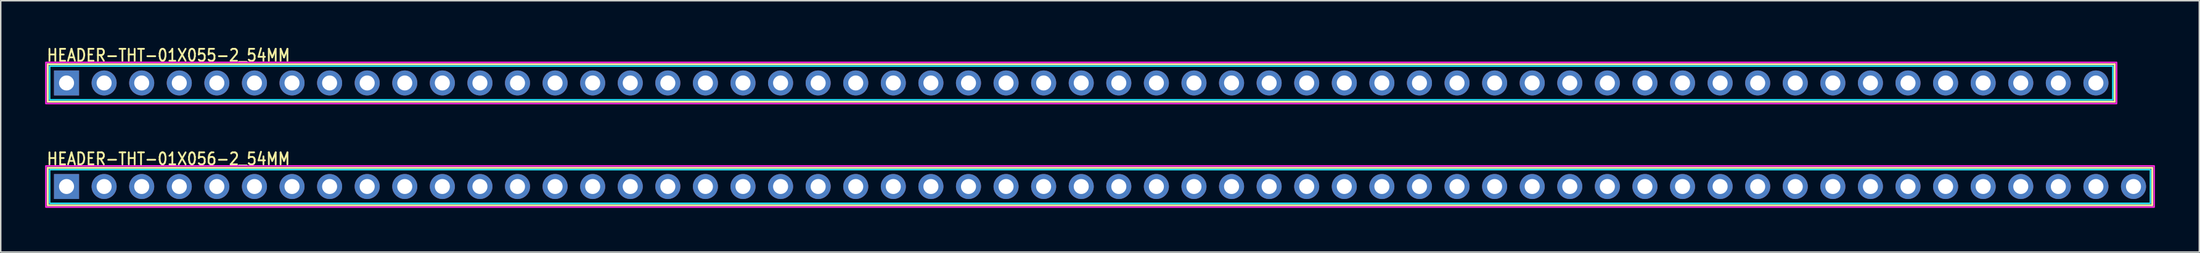
<source format=kicad_pcb>
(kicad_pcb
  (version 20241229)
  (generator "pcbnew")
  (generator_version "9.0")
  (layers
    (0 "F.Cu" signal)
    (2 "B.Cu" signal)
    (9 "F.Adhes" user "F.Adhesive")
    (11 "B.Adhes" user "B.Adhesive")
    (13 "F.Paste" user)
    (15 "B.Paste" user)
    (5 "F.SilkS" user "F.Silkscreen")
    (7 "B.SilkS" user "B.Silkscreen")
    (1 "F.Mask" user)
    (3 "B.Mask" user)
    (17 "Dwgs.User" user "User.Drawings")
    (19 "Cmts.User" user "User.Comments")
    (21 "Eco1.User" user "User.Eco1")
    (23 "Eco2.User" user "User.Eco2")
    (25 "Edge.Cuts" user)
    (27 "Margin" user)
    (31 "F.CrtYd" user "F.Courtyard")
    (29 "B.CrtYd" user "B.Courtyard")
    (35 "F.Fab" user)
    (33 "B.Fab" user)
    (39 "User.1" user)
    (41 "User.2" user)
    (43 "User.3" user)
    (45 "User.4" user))
  (footprint "HEADER-THT-01X056-2_54MM"
    (layer "F.Cu")
    (at 1.447 9.604)
    (property "Reference" "HEADER-THT-01X056-2_54MM" (at -1.4 -1.4 0) (unlocked yes) (layer "F.SilkS") (effects (font (size 0.813 0.695) (thickness 0.122)) (justify left bottom)))
    (fp_line (start -1.27 -1.27) (end -1.27 1.27) (stroke (width 0.127) (type solid)) (layer "F.SilkS"))
    (fp_line (start -1.27 1.27) (end 140.97 1.27) (stroke (width 0.127) (type solid)) (layer "F.SilkS"))
    (fp_line (start 140.97 -1.27) (end -1.27 -1.27) (stroke (width 0.127) (type solid)) (layer "F.SilkS"))
    (fp_line (start 140.97 1.27) (end 140.97 -1.27) (stroke (width 0.127) (type solid)) (layer "F.SilkS"))
    (fp_poly (pts (xy -1.143 -1.143) (xy 140.843 -1.143) (xy 140.843 1.143) (xy -1.143 1.143)) (stroke (width 0.1) (type solid)) (fill no) (layer "B.CrtYd"))
    (fp_poly (pts (xy -1.397 -1.397) (xy 141.097 -1.397) (xy 141.097 1.397) (xy -1.397 1.397)) (stroke (width 0.1) (type solid)) (fill no) (layer "F.CrtYd"))
    (pad "P$1" thru_hole rect (at 0 0) (size 1.693 1.693) (drill 1.016) (layers "*.Cu" "*.Mask"))
    (pad "P$2" thru_hole oval (at 2.54 0) (size 1.693 1.693) (drill 1.016) (layers "*.Cu" "*.Mask"))
    (pad "P$3" thru_hole oval (at 5.08 0) (size 1.693 1.693) (drill 1.016) (layers "*.Cu" "*.Mask"))
    (pad "P$4" thru_hole oval (at 7.62 0) (size 1.693 1.693) (drill 1.016) (layers "*.Cu" "*.Mask"))
    (pad "P$5" thru_hole oval (at 10.16 0) (size 1.693 1.693) (drill 1.016) (layers "*.Cu" "*.Mask"))
    (pad "P$6" thru_hole oval (at 12.7 0) (size 1.693 1.693) (drill 1.016) (layers "*.Cu" "*.Mask"))
    (pad "P$7" thru_hole oval (at 15.24 0) (size 1.693 1.693) (drill 1.016) (layers "*.Cu" "*.Mask"))
    (pad "P$8" thru_hole oval (at 17.78 0) (size 1.693 1.693) (drill 1.016) (layers "*.Cu" "*.Mask"))
    (pad "P$9" thru_hole oval (at 20.32 0) (size 1.693 1.693) (drill 1.016) (layers "*.Cu" "*.Mask"))
    (pad "P$10" thru_hole oval (at 22.86 0) (size 1.693 1.693) (drill 1.016) (layers "*.Cu" "*.Mask"))
    (pad "P$11" thru_hole oval (at 25.4 0) (size 1.693 1.693) (drill 1.016) (layers "*.Cu" "*.Mask"))
    (pad "P$12" thru_hole oval (at 27.94 0) (size 1.693 1.693) (drill 1.016) (layers "*.Cu" "*.Mask"))
    (pad "P$13" thru_hole oval (at 30.48 0) (size 1.693 1.693) (drill 1.016) (layers "*.Cu" "*.Mask"))
    (pad "P$14" thru_hole oval (at 33.02 0) (size 1.693 1.693) (drill 1.016) (layers "*.Cu" "*.Mask"))
    (pad "P$15" thru_hole oval (at 35.56 0) (size 1.693 1.693) (drill 1.016) (layers "*.Cu" "*.Mask"))
    (pad "P$16" thru_hole oval (at 38.1 0) (size 1.693 1.693) (drill 1.016) (layers "*.Cu" "*.Mask"))
    (pad "P$17" thru_hole oval (at 40.64 0) (size 1.693 1.693) (drill 1.016) (layers "*.Cu" "*.Mask"))
    (pad "P$18" thru_hole oval (at 43.18 0) (size 1.693 1.693) (drill 1.016) (layers "*.Cu" "*.Mask"))
    (pad "P$19" thru_hole oval (at 45.72 0) (size 1.693 1.693) (drill 1.016) (layers "*.Cu" "*.Mask"))
    (pad "P$20" thru_hole oval (at 48.26 0) (size 1.693 1.693) (drill 1.016) (layers "*.Cu" "*.Mask"))
    (pad "P$21" thru_hole oval (at 50.8 0) (size 1.693 1.693) (drill 1.016) (layers "*.Cu" "*.Mask"))
    (pad "P$22" thru_hole oval (at 53.34 0) (size 1.693 1.693) (drill 1.016) (layers "*.Cu" "*.Mask"))
    (pad "P$23" thru_hole oval (at 55.88 0) (size 1.693 1.693) (drill 1.016) (layers "*.Cu" "*.Mask"))
    (pad "P$24" thru_hole oval (at 58.42 0) (size 1.693 1.693) (drill 1.016) (layers "*.Cu" "*.Mask"))
    (pad "P$25" thru_hole oval (at 60.96 0) (size 1.693 1.693) (drill 1.016) (layers "*.Cu" "*.Mask"))
    (pad "P$26" thru_hole oval (at 63.5 0) (size 1.693 1.693) (drill 1.016) (layers "*.Cu" "*.Mask"))
    (pad "P$27" thru_hole oval (at 66.04 0) (size 1.693 1.693) (drill 1.016) (layers "*.Cu" "*.Mask"))
    (pad "P$28" thru_hole oval (at 68.58 0) (size 1.693 1.693) (drill 1.016) (layers "*.Cu" "*.Mask"))
    (pad "P$29" thru_hole oval (at 71.12 0) (size 1.693 1.693) (drill 1.016) (layers "*.Cu" "*.Mask"))
    (pad "P$30" thru_hole oval (at 73.66 0) (size 1.693 1.693) (drill 1.016) (layers "*.Cu" "*.Mask"))
    (pad "P$31" thru_hole oval (at 76.2 0) (size 1.693 1.693) (drill 1.016) (layers "*.Cu" "*.Mask"))
    (pad "P$32" thru_hole oval (at 78.74 0) (size 1.693 1.693) (drill 1.016) (layers "*.Cu" "*.Mask"))
    (pad "P$33" thru_hole oval (at 81.28 0) (size 1.693 1.693) (drill 1.016) (layers "*.Cu" "*.Mask"))
    (pad "P$34" thru_hole oval (at 83.82 0) (size 1.693 1.693) (drill 1.016) (layers "*.Cu" "*.Mask"))
    (pad "P$35" thru_hole oval (at 86.36 0) (size 1.693 1.693) (drill 1.016) (layers "*.Cu" "*.Mask"))
    (pad "P$36" thru_hole oval (at 88.9 0) (size 1.693 1.693) (drill 1.016) (layers "*.Cu" "*.Mask"))
    (pad "P$37" thru_hole oval (at 91.44 0) (size 1.693 1.693) (drill 1.016) (layers "*.Cu" "*.Mask"))
    (pad "P$38" thru_hole oval (at 93.98 0) (size 1.693 1.693) (drill 1.016) (layers "*.Cu" "*.Mask"))
    (pad "P$39" thru_hole oval (at 96.52 0) (size 1.693 1.693) (drill 1.016) (layers "*.Cu" "*.Mask"))
    (pad "P$40" thru_hole oval (at 99.06 0) (size 1.693 1.693) (drill 1.016) (layers "*.Cu" "*.Mask"))
    (pad "P$41" thru_hole oval (at 101.6 0) (size 1.693 1.693) (drill 1.016) (layers "*.Cu" "*.Mask"))
    (pad "P$42" thru_hole oval (at 104.14 0) (size 1.693 1.693) (drill 1.016) (layers "*.Cu" "*.Mask"))
    (pad "P$43" thru_hole oval (at 106.68 0) (size 1.693 1.693) (drill 1.016) (layers "*.Cu" "*.Mask"))
    (pad "P$44" thru_hole oval (at 109.22 0) (size 1.693 1.693) (drill 1.016) (layers "*.Cu" "*.Mask"))
    (pad "P$45" thru_hole oval (at 111.76 0) (size 1.693 1.693) (drill 1.016) (layers "*.Cu" "*.Mask"))
    (pad "P$46" thru_hole oval (at 114.3 0) (size 1.693 1.693) (drill 1.016) (layers "*.Cu" "*.Mask"))
    (pad "P$47" thru_hole oval (at 116.84 0) (size 1.693 1.693) (drill 1.016) (layers "*.Cu" "*.Mask"))
    (pad "P$48" thru_hole oval (at 119.38 0) (size 1.693 1.693) (drill 1.016) (layers "*.Cu" "*.Mask"))
    (pad "P$49" thru_hole oval (at 121.92 0) (size 1.693 1.693) (drill 1.016) (layers "*.Cu" "*.Mask"))
    (pad "P$50" thru_hole oval (at 124.46 0) (size 1.693 1.693) (drill 1.016) (layers "*.Cu" "*.Mask"))
    (pad "P$51" thru_hole oval (at 127 0) (size 1.693 1.693) (drill 1.016) (layers "*.Cu" "*.Mask"))
    (pad "P$52" thru_hole oval (at 129.54 0) (size 1.693 1.693) (drill 1.016) (layers "*.Cu" "*.Mask"))
    (pad "P$53" thru_hole oval (at 132.08 0) (size 1.693 1.693) (drill 1.016) (layers "*.Cu" "*.Mask"))
    (pad "P$54" thru_hole oval (at 134.62 0) (size 1.693 1.693) (drill 1.016) (layers "*.Cu" "*.Mask"))
    (pad "P$55" thru_hole oval (at 137.16 0) (size 1.693 1.693) (drill 1.016) (layers "*.Cu" "*.Mask"))
    (pad "P$56" thru_hole oval (at 139.7 0) (size 1.693 1.693) (drill 1.016) (layers "*.Cu" "*.Mask")))
  (footprint "HEADER-THT-01X055-2_54MM"
    (layer "F.Cu")
    (at 1.447 2.579)
    (property "Reference" "HEADER-THT-01X055-2_54MM" (at -1.4 -1.4 0) (unlocked yes) (layer "F.SilkS") (effects (font (size 0.813 0.695) (thickness 0.122)) (justify left bottom)))
    (fp_line (start -1.27 -1.27) (end -1.27 1.27) (stroke (width 0.127) (type solid)) (layer "F.SilkS"))
    (fp_line (start -1.27 1.27) (end 138.43 1.27) (stroke (width 0.127) (type solid)) (layer "F.SilkS"))
    (fp_line (start 138.43 -1.27) (end -1.27 -1.27) (stroke (width 0.127) (type solid)) (layer "F.SilkS"))
    (fp_line (start 138.43 1.27) (end 138.43 -1.27) (stroke (width 0.127) (type solid)) (layer "F.SilkS"))
    (fp_poly (pts (xy -1.143 -1.143) (xy 138.303 -1.143) (xy 138.303 1.143) (xy -1.143 1.143)) (stroke (width 0.1) (type solid)) (fill no) (layer "B.CrtYd"))
    (fp_poly (pts (xy -1.397 -1.397) (xy 138.557 -1.397) (xy 138.557 1.397) (xy -1.397 1.397)) (stroke (width 0.1) (type solid)) (fill no) (layer "F.CrtYd"))
    (pad "P$1" thru_hole rect (at 0 0) (size 1.693 1.693) (drill 1.016) (layers "*.Cu" "*.Mask"))
    (pad "P$2" thru_hole oval (at 2.54 0) (size 1.693 1.693) (drill 1.016) (layers "*.Cu" "*.Mask"))
    (pad "P$3" thru_hole oval (at 5.08 0) (size 1.693 1.693) (drill 1.016) (layers "*.Cu" "*.Mask"))
    (pad "P$4" thru_hole oval (at 7.62 0) (size 1.693 1.693) (drill 1.016) (layers "*.Cu" "*.Mask"))
    (pad "P$5" thru_hole oval (at 10.16 0) (size 1.693 1.693) (drill 1.016) (layers "*.Cu" "*.Mask"))
    (pad "P$6" thru_hole oval (at 12.7 0) (size 1.693 1.693) (drill 1.016) (layers "*.Cu" "*.Mask"))
    (pad "P$7" thru_hole oval (at 15.24 0) (size 1.693 1.693) (drill 1.016) (layers "*.Cu" "*.Mask"))
    (pad "P$8" thru_hole oval (at 17.78 0) (size 1.693 1.693) (drill 1.016) (layers "*.Cu" "*.Mask"))
    (pad "P$9" thru_hole oval (at 20.32 0) (size 1.693 1.693) (drill 1.016) (layers "*.Cu" "*.Mask"))
    (pad "P$10" thru_hole oval (at 22.86 0) (size 1.693 1.693) (drill 1.016) (layers "*.Cu" "*.Mask"))
    (pad "P$11" thru_hole oval (at 25.4 0) (size 1.693 1.693) (drill 1.016) (layers "*.Cu" "*.Mask"))
    (pad "P$12" thru_hole oval (at 27.94 0) (size 1.693 1.693) (drill 1.016) (layers "*.Cu" "*.Mask"))
    (pad "P$13" thru_hole oval (at 30.48 0) (size 1.693 1.693) (drill 1.016) (layers "*.Cu" "*.Mask"))
    (pad "P$14" thru_hole oval (at 33.02 0) (size 1.693 1.693) (drill 1.016) (layers "*.Cu" "*.Mask"))
    (pad "P$15" thru_hole oval (at 35.56 0) (size 1.693 1.693) (drill 1.016) (layers "*.Cu" "*.Mask"))
    (pad "P$16" thru_hole oval (at 38.1 0) (size 1.693 1.693) (drill 1.016) (layers "*.Cu" "*.Mask"))
    (pad "P$17" thru_hole oval (at 40.64 0) (size 1.693 1.693) (drill 1.016) (layers "*.Cu" "*.Mask"))
    (pad "P$18" thru_hole oval (at 43.18 0) (size 1.693 1.693) (drill 1.016) (layers "*.Cu" "*.Mask"))
    (pad "P$19" thru_hole oval (at 45.72 0) (size 1.693 1.693) (drill 1.016) (layers "*.Cu" "*.Mask"))
    (pad "P$20" thru_hole oval (at 48.26 0) (size 1.693 1.693) (drill 1.016) (layers "*.Cu" "*.Mask"))
    (pad "P$21" thru_hole oval (at 50.8 0) (size 1.693 1.693) (drill 1.016) (layers "*.Cu" "*.Mask"))
    (pad "P$22" thru_hole oval (at 53.34 0) (size 1.693 1.693) (drill 1.016) (layers "*.Cu" "*.Mask"))
    (pad "P$23" thru_hole oval (at 55.88 0) (size 1.693 1.693) (drill 1.016) (layers "*.Cu" "*.Mask"))
    (pad "P$24" thru_hole oval (at 58.42 0) (size 1.693 1.693) (drill 1.016) (layers "*.Cu" "*.Mask"))
    (pad "P$25" thru_hole oval (at 60.96 0) (size 1.693 1.693) (drill 1.016) (layers "*.Cu" "*.Mask"))
    (pad "P$26" thru_hole oval (at 63.5 0) (size 1.693 1.693) (drill 1.016) (layers "*.Cu" "*.Mask"))
    (pad "P$27" thru_hole oval (at 66.04 0) (size 1.693 1.693) (drill 1.016) (layers "*.Cu" "*.Mask"))
    (pad "P$28" thru_hole oval (at 68.58 0) (size 1.693 1.693) (drill 1.016) (layers "*.Cu" "*.Mask"))
    (pad "P$29" thru_hole oval (at 71.12 0) (size 1.693 1.693) (drill 1.016) (layers "*.Cu" "*.Mask"))
    (pad "P$30" thru_hole oval (at 73.66 0) (size 1.693 1.693) (drill 1.016) (layers "*.Cu" "*.Mask"))
    (pad "P$31" thru_hole oval (at 76.2 0) (size 1.693 1.693) (drill 1.016) (layers "*.Cu" "*.Mask"))
    (pad "P$32" thru_hole oval (at 78.74 0) (size 1.693 1.693) (drill 1.016) (layers "*.Cu" "*.Mask"))
    (pad "P$33" thru_hole oval (at 81.28 0) (size 1.693 1.693) (drill 1.016) (layers "*.Cu" "*.Mask"))
    (pad "P$34" thru_hole oval (at 83.82 0) (size 1.693 1.693) (drill 1.016) (layers "*.Cu" "*.Mask"))
    (pad "P$35" thru_hole oval (at 86.36 0) (size 1.693 1.693) (drill 1.016) (layers "*.Cu" "*.Mask"))
    (pad "P$36" thru_hole oval (at 88.9 0) (size 1.693 1.693) (drill 1.016) (layers "*.Cu" "*.Mask"))
    (pad "P$37" thru_hole oval (at 91.44 0) (size 1.693 1.693) (drill 1.016) (layers "*.Cu" "*.Mask"))
    (pad "P$38" thru_hole oval (at 93.98 0) (size 1.693 1.693) (drill 1.016) (layers "*.Cu" "*.Mask"))
    (pad "P$39" thru_hole oval (at 96.52 0) (size 1.693 1.693) (drill 1.016) (layers "*.Cu" "*.Mask"))
    (pad "P$40" thru_hole oval (at 99.06 0) (size 1.693 1.693) (drill 1.016) (layers "*.Cu" "*.Mask"))
    (pad "P$41" thru_hole oval (at 101.6 0) (size 1.693 1.693) (drill 1.016) (layers "*.Cu" "*.Mask"))
    (pad "P$42" thru_hole oval (at 104.14 0) (size 1.693 1.693) (drill 1.016) (layers "*.Cu" "*.Mask"))
    (pad "P$43" thru_hole oval (at 106.68 0) (size 1.693 1.693) (drill 1.016) (layers "*.Cu" "*.Mask"))
    (pad "P$44" thru_hole oval (at 109.22 0) (size 1.693 1.693) (drill 1.016) (layers "*.Cu" "*.Mask"))
    (pad "P$45" thru_hole oval (at 111.76 0) (size 1.693 1.693) (drill 1.016) (layers "*.Cu" "*.Mask"))
    (pad "P$46" thru_hole oval (at 114.3 0) (size 1.693 1.693) (drill 1.016) (layers "*.Cu" "*.Mask"))
    (pad "P$47" thru_hole oval (at 116.84 0) (size 1.693 1.693) (drill 1.016) (layers "*.Cu" "*.Mask"))
    (pad "P$48" thru_hole oval (at 119.38 0) (size 1.693 1.693) (drill 1.016) (layers "*.Cu" "*.Mask"))
    (pad "P$49" thru_hole oval (at 121.92 0) (size 1.693 1.693) (drill 1.016) (layers "*.Cu" "*.Mask"))
    (pad "P$50" thru_hole oval (at 124.46 0) (size 1.693 1.693) (drill 1.016) (layers "*.Cu" "*.Mask"))
    (pad "P$51" thru_hole oval (at 127 0) (size 1.693 1.693) (drill 1.016) (layers "*.Cu" "*.Mask"))
    (pad "P$52" thru_hole oval (at 129.54 0) (size 1.693 1.693) (drill 1.016) (layers "*.Cu" "*.Mask"))
    (pad "P$53" thru_hole oval (at 132.08 0) (size 1.693 1.693) (drill 1.016) (layers "*.Cu" "*.Mask"))
    (pad "P$54" thru_hole oval (at 134.62 0) (size 1.693 1.693) (drill 1.016) (layers "*.Cu" "*.Mask"))
    (pad "P$55" thru_hole oval (at 137.16 0) (size 1.693 1.693) (drill 1.016) (layers "*.Cu" "*.Mask")))
  (gr_rect
    (start -3 -3)
    (end 145.594 14.051)
    (stroke (width 0.1) (type default))
    (fill no)
    (layer "Edge.Cuts")))
</source>
